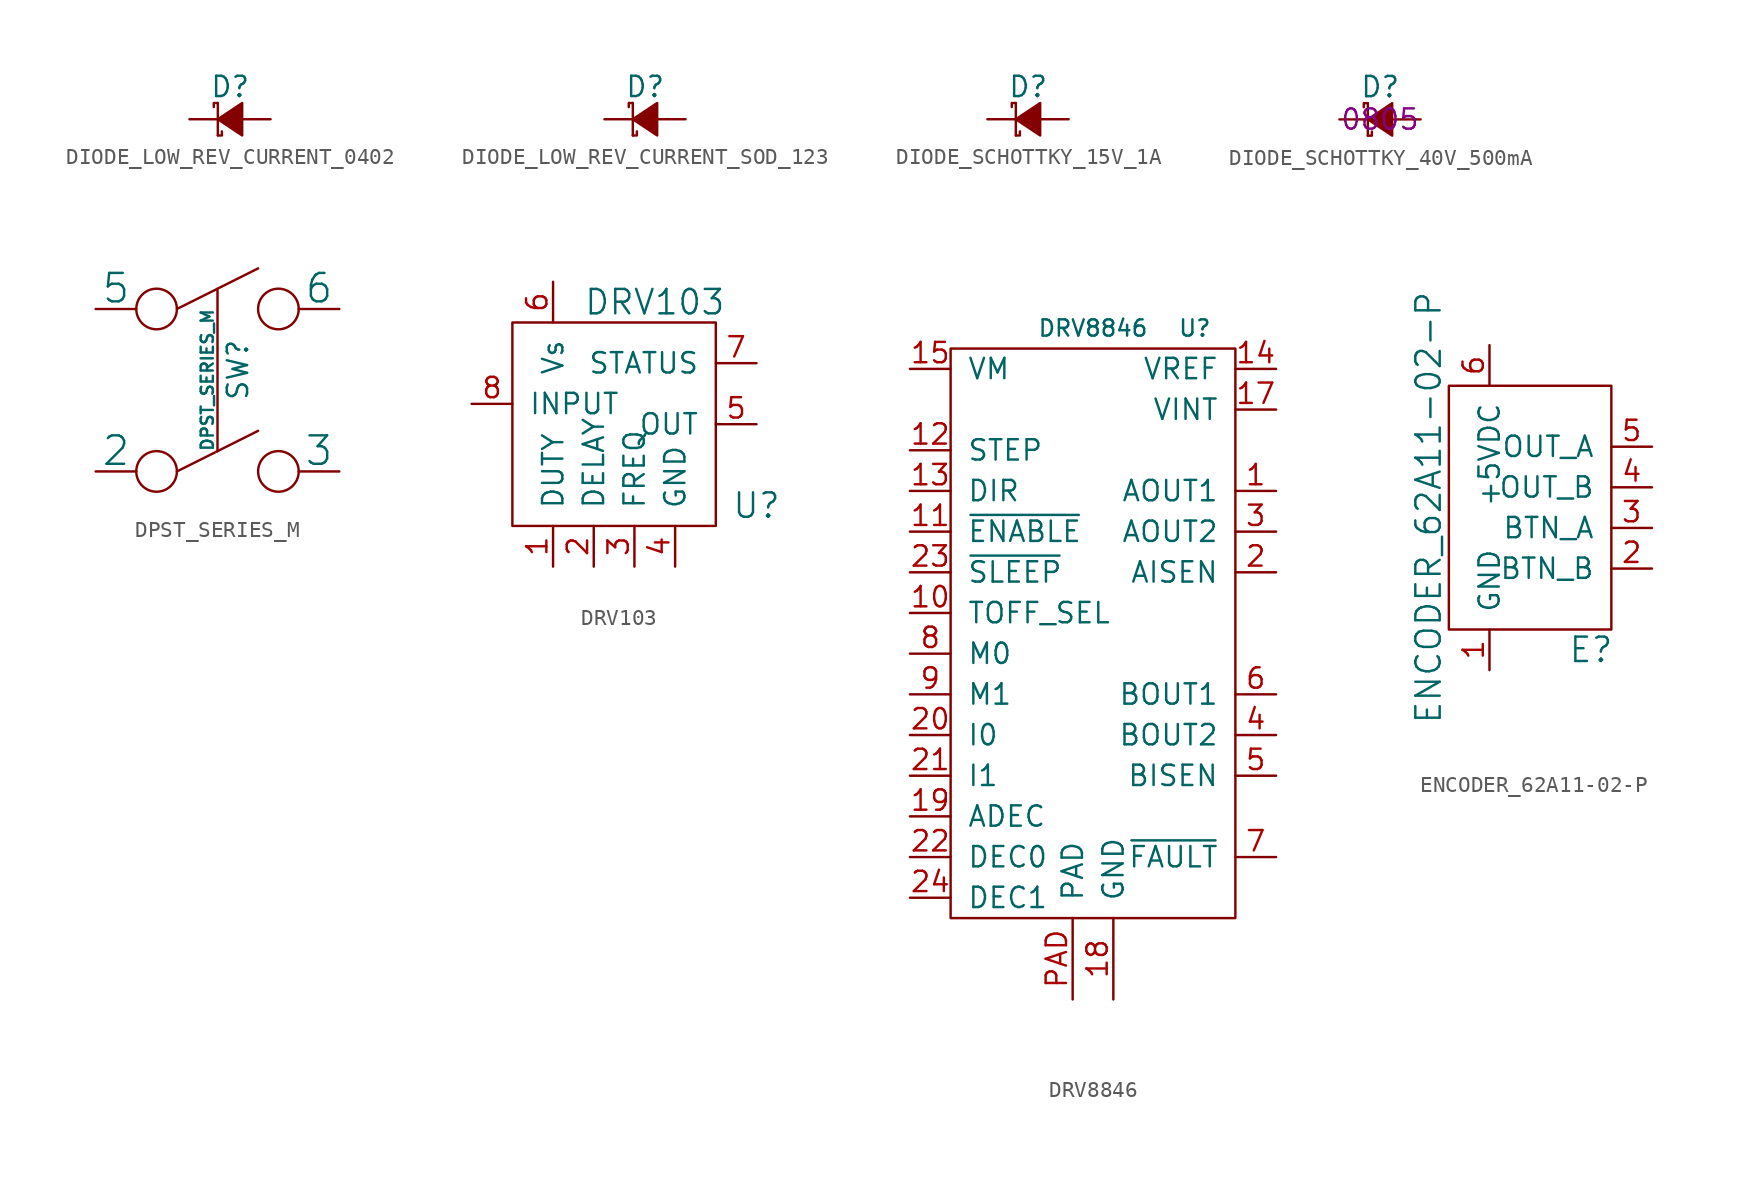
<source format=kicad_sym>
(kicad_symbol_lib
  (version 20211014)
  (generator kicad_symbol_editor)
  (symbol "DIODE_LOW_REV_CURRENT_0402"
    (pin_numbers hide)
    (pin_names
      (offset 0.254) hide)
    (property "Reference" "D"
      (at -1.27 2.032 0)
      (effects (font (size 1.27 1.27)) (justify left)))
    (symbol "DIODE_LOW_REV_CURRENT_0402_0_1"
      (polyline (pts (xy -0.762 -1.016) (xy -0.762 1.016)) (stroke (width 0) (type default) (color 0 0 0 0)) (fill (type none)))
      (polyline (pts (xy -0.762 -1.016) (xy -0.508 -1.016) (xy -0.508 -0.762)) (stroke (width 0) (type default) (color 0 0 0 0)) (fill (type none)))
      (polyline (pts (xy -0.762 1.016) (xy -1.016 1.016) (xy -1.016 0.762)) (stroke (width 0) (type default) (color 0 0 0 0)) (fill (type none)))
      (polyline (pts (xy 0.762 -1.016) (xy -0.762 0) (xy 0.762 1.016) (xy 0.762 -1.016)) (stroke (width 0) (type default) (color 0 0 0 0)) (fill (type outline))))
    (symbol "DIODE_LOW_REV_CURRENT_0402_1_1"
      (pin passive line (at -2.54 0 0) (length 1.778) (name "K" (effects (font (size 1.27 1.27)))) (number "1" (effects (font (size 1.27 1.27)))))
      (pin passive line (at 2.54 0 180) (length 1.778) (name "A" (effects (font (size 1.27 1.27)))) (number "2" (effects (font (size 1.27 1.27)))))))
  (symbol "DIODE_LOW_REV_CURRENT_SOD_123"
    (pin_numbers hide)
    (pin_names
      (offset 0.254) hide)
    (property "Reference" "D"
      (at -1.27 2.032 0)
      (effects (font (size 1.27 1.27)) (justify left)))
    (symbol "DIODE_LOW_REV_CURRENT_SOD_123_0_1"
      (polyline (pts (xy -0.762 -1.016) (xy -0.762 1.016)) (stroke (width 0) (type default) (color 0 0 0 0)) (fill (type none)))
      (polyline (pts (xy -0.762 -1.016) (xy -0.508 -1.016) (xy -0.508 -0.762)) (stroke (width 0) (type default) (color 0 0 0 0)) (fill (type none)))
      (polyline (pts (xy -0.762 1.016) (xy -1.016 1.016) (xy -1.016 0.762)) (stroke (width 0) (type default) (color 0 0 0 0)) (fill (type none)))
      (polyline (pts (xy 0.762 -1.016) (xy -0.762 0) (xy 0.762 1.016) (xy 0.762 -1.016)) (stroke (width 0) (type default) (color 0 0 0 0)) (fill (type outline))))
    (symbol "DIODE_LOW_REV_CURRENT_SOD_123_1_1"
      (pin passive line (at -2.54 0 0) (length 1.778) (name "K" (effects (font (size 1.27 1.27)))) (number "1" (effects (font (size 1.27 1.27)))))
      (pin passive line (at 2.54 0 180) (length 1.778) (name "A" (effects (font (size 1.27 1.27)))) (number "2" (effects (font (size 1.27 1.27)))))))
  (symbol "DIODE_SCHOTTKY_15V_1A"
    (pin_numbers hide)
    (pin_names
      (offset 0.254) hide)
    (property "Reference" "D"
      (at -1.27 2.032 0)
      (effects (font (size 1.27 1.27)) (justify left)))
    (symbol "DIODE_SCHOTTKY_15V_1A_0_1"
      (polyline (pts (xy -0.762 -1.016) (xy -0.762 1.016)) (stroke (width 0) (type default) (color 0 0 0 0)) (fill (type none)))
      (polyline (pts (xy -0.762 -1.016) (xy -0.508 -1.016) (xy -0.508 -0.762)) (stroke (width 0) (type default) (color 0 0 0 0)) (fill (type none)))
      (polyline (pts (xy -0.762 1.016) (xy -1.016 1.016) (xy -1.016 0.762)) (stroke (width 0) (type default) (color 0 0 0 0)) (fill (type none)))
      (polyline (pts (xy 0.762 -1.016) (xy -0.762 0) (xy 0.762 1.016) (xy 0.762 -1.016)) (stroke (width 0) (type default) (color 0 0 0 0)) (fill (type outline))))
    (symbol "DIODE_SCHOTTKY_15V_1A_1_1"
      (pin passive line (at -2.54 0 0) (length 1.778) (name "K" (effects (font (size 1.27 1.27)))) (number "1" (effects (font (size 1.27 1.27)))))
      (pin passive line (at 2.54 0 180) (length 1.778) (name "A" (effects (font (size 1.27 1.27)))) (number "2" (effects (font (size 1.27 1.27)))))))
  (symbol "DIODE_SCHOTTKY_40V_500mA"
    (pin_numbers hide)
    (pin_names
      (offset 0.254) hide)
    (property "Reference" "D"
      (at -1.27 2.032 0)
      (effects (font (size 1.27 1.27)) (justify left)))
    (property "Package" "0805"
      (at 0 0 0)
      (effects (font (size 1.27 1.27))))
    (symbol "DIODE_SCHOTTKY_40V_500mA_0_1"
      (polyline (pts (xy -0.762 -1.016) (xy -0.762 1.016)) (stroke (width 0) (type default) (color 0 0 0 0)) (fill (type none)))
      (polyline (pts (xy -0.762 -1.016) (xy -0.508 -1.016) (xy -0.508 -0.762)) (stroke (width 0) (type default) (color 0 0 0 0)) (fill (type none)))
      (polyline (pts (xy -0.762 1.016) (xy -1.016 1.016) (xy -1.016 0.762)) (stroke (width 0) (type default) (color 0 0 0 0)) (fill (type none)))
      (polyline (pts (xy 0.762 -1.016) (xy -0.762 0) (xy 0.762 1.016) (xy 0.762 -1.016)) (stroke (width 0) (type default) (color 0 0 0 0)) (fill (type outline))))
    (symbol "DIODE_SCHOTTKY_40V_500mA_1_1"
      (pin passive line (at -2.54 0 0) (length 1.778) (name "K" (effects (font (size 1.27 1.27)))) (number "1" (effects (font (size 1.27 1.27)))))
      (pin passive line (at 2.54 0 180) (length 1.778) (name "A" (effects (font (size 1.27 1.27)))) (number "2" (effects (font (size 1.27 1.27)))))))
  (symbol "DPST_SERIES_M"
    (pin_numbers hide)
    (pin_names
      (offset 0))
    (property "Reference" "SW"
      (at 1.27 1.27 90)
      (effects (font (size 1.27 1.27))))
    (property "Value" "DPST_SERIES_M"
      (at -0.635 0.635 90)
      (effects (font (size 0.762 0.762))))
    (property "Datasheet" ""
      (at 7.62 1.27 0)
      (effects (font (size 1.524 1.524))))
    (symbol "DPST_SERIES_M_0_0"
      (circle (center -3.81 -5.08) (radius 1.27) (stroke (width 0) (type default) (color 0 0 0 0)) (fill (type none)))
      (circle (center -3.81 5.08) (radius 1.27) (stroke (width 0) (type default) (color 0 0 0 0)) (fill (type none)))
      (polyline (pts (xy -2.54 -5.08) (xy 2.54 -2.54)) (stroke (width 0) (type default) (color 0 0 0 0)) (fill (type none)))
      (polyline (pts (xy -2.54 5.08) (xy 2.54 7.62)) (stroke (width 0) (type default) (color 0 0 0 0)) (fill (type none)))
      (polyline (pts (xy 0 6.35) (xy 0 -3.81)) (stroke (width 0) (type default) (color 0 0 0 0)) (fill (type none)))
      (circle (center 3.81 -5.08) (radius 1.27) (stroke (width 0) (type default) (color 0 0 0 0)) (fill (type none)))
      (circle (center 3.81 5.08) (radius 1.27) (stroke (width 0) (type default) (color 0 0 0 0)) (fill (type none))))
    (symbol "DPST_SERIES_M_1_1"
      (pin input line (at -7.62 -5.08 0) (length 2.54) (name "2" (effects (font (size 1.778 1.778)))) (number "2" (effects (font (size 1.778 1.778)))))
      (pin input line (at 7.62 -5.08 180) (length 2.54) (name "3" (effects (font (size 1.778 1.778)))) (number "3" (effects (font (size 1.778 1.778)))))
      (pin input line (at -7.62 5.08 0) (length 2.54) (name "5" (effects (font (size 1.778 1.778)))) (number "5" (effects (font (size 1.778 1.778)))))
      (pin input line (at 7.62 5.08 180) (length 2.54) (name "6" (effects (font (size 1.778 1.778)))) (number "6" (effects (font (size 1.778 1.778)))))))
  (symbol "DRV103"
    (pin_names
      (offset 1.016))
    (property "Reference" "U"
      (at 8.89 -5.08 0)
      (effects (font (size 1.524 1.524))))
    (property "Value" "DRV103"
      (at 2.54 7.62 0)
      (effects (font (size 1.524 1.524))))
    (property "Datasheet" ""
      (at 0 0 0)
      (effects (font (size 1.524 1.524))))
    (symbol "DRV103_0_1"
      (rectangle (start -6.35 6.35) (end 6.35 -6.35) (stroke (width 0) (type default) (color 0 0 0 0)) (fill (type none))))
    (symbol "DRV103_1_1"
      (pin passive line (at -3.81 -8.89 90) (length 2.54) (name "DUTY" (effects (font (size 1.27 1.27)))) (number "1" (effects (font (size 1.27 1.27)))))
      (pin passive line (at -1.27 -8.89 90) (length 2.54) (name "DELAY" (effects (font (size 1.27 1.27)))) (number "2" (effects (font (size 1.27 1.27)))))
      (pin passive line (at 1.27 -8.89 90) (length 2.54) (name "FREQ" (effects (font (size 1.27 1.27)))) (number "3" (effects (font (size 1.27 1.27)))))
      (pin passive line (at 3.81 -8.89 90) (length 2.54) (name "GND" (effects (font (size 1.27 1.27)))) (number "4" (effects (font (size 1.27 1.27)))))
      (pin passive line (at 8.89 0 180) (length 2.54) (name "OUT" (effects (font (size 1.27 1.27)))) (number "5" (effects (font (size 1.27 1.27)))))
      (pin power_in line (at -3.81 8.89 270) (length 2.54) (name "Vs" (effects (font (size 1.27 1.27)))) (number "6" (effects (font (size 1.27 1.27)))))
      (pin passive line (at 8.89 3.81 180) (length 2.54) (name "STATUS" (effects (font (size 1.27 1.27)))) (number "7" (effects (font (size 1.27 1.27)))))
      (pin input line (at -8.89 1.27 0) (length 2.54) (name "INPUT" (effects (font (size 1.27 1.27)))) (number "8" (effects (font (size 1.27 1.27)))))))
  (symbol "DRV8846"
    (pin_names
      (offset 1.016))
    (property "Reference" "U"
      (at 6.35 19.05 0)
      (effects (font (size 1.016 1.016))))
    (property "Value" "DRV8846"
      (at 0 19.05 0)
      (effects (font (size 1.016 1.016))))
    (symbol "DRV8846_0_1"
      (rectangle (start -8.89 17.78) (end 8.89 -17.78) (stroke (width 0) (type default) (color 0 0 0 0)) (fill (type none))))
    (symbol "DRV8846_1_1"
      (pin power_out line (at 11.43 8.89 180) (length 2.54) (name "AOUT1" (effects (font (size 1.27 1.27)))) (number "1" (effects (font (size 1.27 1.27)))))
      (pin passive line (at -11.43 1.27 0) (length 2.54) (name "TOFF_SEL" (effects (font (size 1.27 1.27)))) (number "10" (effects (font (size 1.27 1.27)))))
      (pin input line (at -11.43 6.35 0) (length 2.54) (name "~{ENABLE}" (effects (font (size 1.27 1.27)))) (number "11" (effects (font (size 1.27 1.27)))))
      (pin passive line (at -11.43 11.43 0) (length 2.54) (name "STEP" (effects (font (size 1.27 1.27)))) (number "12" (effects (font (size 1.27 1.27)))))
      (pin input line (at -11.43 8.89 0) (length 2.54) (name "DIR" (effects (font (size 1.27 1.27)))) (number "13" (effects (font (size 1.27 1.27)))))
      (pin power_in line (at 11.43 16.51 180) (length 2.54) (name "VREF" (effects (font (size 1.27 1.27)))) (number "14" (effects (font (size 1.27 1.27)))))
      (pin power_in line (at -11.43 16.51 0) (length 2.54) (name "VM" (effects (font (size 1.27 1.27)))) (number "15" (effects (font (size 1.27 1.27)))))
      (pin power_in line (at 11.43 13.97 180) (length 2.54) (name "VINT" (effects (font (size 1.27 1.27)))) (number "17" (effects (font (size 1.27 1.27)))))
      (pin power_in line (at 1.27 -22.86 90) (length 5.08) (name "GND" (effects (font (size 1.27 1.27)))) (number "18" (effects (font (size 1.27 1.27)))))
      (pin input line (at -11.43 -11.43 0) (length 2.54) (name "ADEC" (effects (font (size 1.27 1.27)))) (number "19" (effects (font (size 1.27 1.27)))))
      (pin power_out line (at 11.43 3.81 180) (length 2.54) (name "AISEN" (effects (font (size 1.27 1.27)))) (number "2" (effects (font (size 1.27 1.27)))))
      (pin input line (at -11.43 -6.35 0) (length 2.54) (name "I0" (effects (font (size 1.27 1.27)))) (number "20" (effects (font (size 1.27 1.27)))))
      (pin input line (at -11.43 -8.89 0) (length 2.54) (name "I1" (effects (font (size 1.27 1.27)))) (number "21" (effects (font (size 1.27 1.27)))))
      (pin input line (at -11.43 -13.97 0) (length 2.54) (name "DEC0" (effects (font (size 1.27 1.27)))) (number "22" (effects (font (size 1.27 1.27)))))
      (pin passive line (at -11.43 3.81 0) (length 2.54) (name "~{SLEEP}" (effects (font (size 1.27 1.27)))) (number "23" (effects (font (size 1.27 1.27)))))
      (pin input line (at -11.43 -16.51 0) (length 2.54) (name "DEC1" (effects (font (size 1.27 1.27)))) (number "24" (effects (font (size 1.27 1.27)))))
      (pin power_out line (at 11.43 6.35 180) (length 2.54) (name "AOUT2" (effects (font (size 1.27 1.27)))) (number "3" (effects (font (size 1.27 1.27)))))
      (pin power_out line (at 11.43 -6.35 180) (length 2.54) (name "BOUT2" (effects (font (size 1.27 1.27)))) (number "4" (effects (font (size 1.27 1.27)))))
      (pin power_out line (at 11.43 -8.89 180) (length 2.54) (name "BISEN" (effects (font (size 1.27 1.27)))) (number "5" (effects (font (size 1.27 1.27)))))
      (pin power_out line (at 11.43 -3.81 180) (length 2.54) (name "BOUT1" (effects (font (size 1.27 1.27)))) (number "6" (effects (font (size 1.27 1.27)))))
      (pin passive line (at 11.43 -13.97 180) (length 2.54) (name "~{FAULT}" (effects (font (size 1.27 1.27)))) (number "7" (effects (font (size 1.27 1.27)))))
      (pin input line (at -11.43 -1.27 0) (length 2.54) (name "M0" (effects (font (size 1.27 1.27)))) (number "8" (effects (font (size 1.27 1.27)))))
      (pin input line (at -11.43 -3.81 0) (length 2.54) (name "M1" (effects (font (size 1.27 1.27)))) (number "9" (effects (font (size 1.27 1.27)))))
      (pin power_in line (at -1.27 -22.86 90) (length 5.08) (name "PAD" (effects (font (size 1.27 1.27)))) (number "PAD" (effects (font (size 1.27 1.27)))))))
  (symbol "ENCODER_62A11-02-P"
    (pin_names
      (offset 1.016))
    (property "Reference" "E"
      (at 6.35 -8.89 0)
      (effects (font (size 1.524 1.524))))
    (property "Value" "ENCODER_62A11-02-P"
      (at -3.81 0 90)
      (effects (font (size 1.524 1.524))))
    (property "Datasheet" ""
      (at 0 0 0)
      (effects (font (size 1.524 1.524))))
    (symbol "ENCODER_62A11-02-P_0_1"
      (rectangle (start -2.54 7.62) (end 7.62 -7.62) (stroke (width 0) (type default) (color 0 0 0 0)) (fill (type none))))
    (symbol "ENCODER_62A11-02-P_1_1"
      (pin power_in line (at 0 -10.16 90) (length 2.54) (name "GND" (effects (font (size 1.27 1.27)))) (number "1" (effects (font (size 1.27 1.27)))))
      (pin passive line (at 10.16 -3.81 180) (length 2.54) (name "BTN_B" (effects (font (size 1.27 1.27)))) (number "2" (effects (font (size 1.27 1.27)))))
      (pin passive line (at 10.16 -1.27 180) (length 2.54) (name "BTN_A" (effects (font (size 1.27 1.27)))) (number "3" (effects (font (size 1.27 1.27)))))
      (pin output line (at 10.16 1.27 180) (length 2.54) (name "OUT_B" (effects (font (size 1.27 1.27)))) (number "4" (effects (font (size 1.27 1.27)))))
      (pin output line (at 10.16 3.81 180) (length 2.54) (name "OUT_A" (effects (font (size 1.27 1.27)))) (number "5" (effects (font (size 1.27 1.27)))))
      (pin power_in line (at 0 10.16 270) (length 2.54) (name "+5VDC" (effects (font (size 1.27 1.27)))) (number "6" (effects (font (size 1.27 1.27))))))))
</source>
